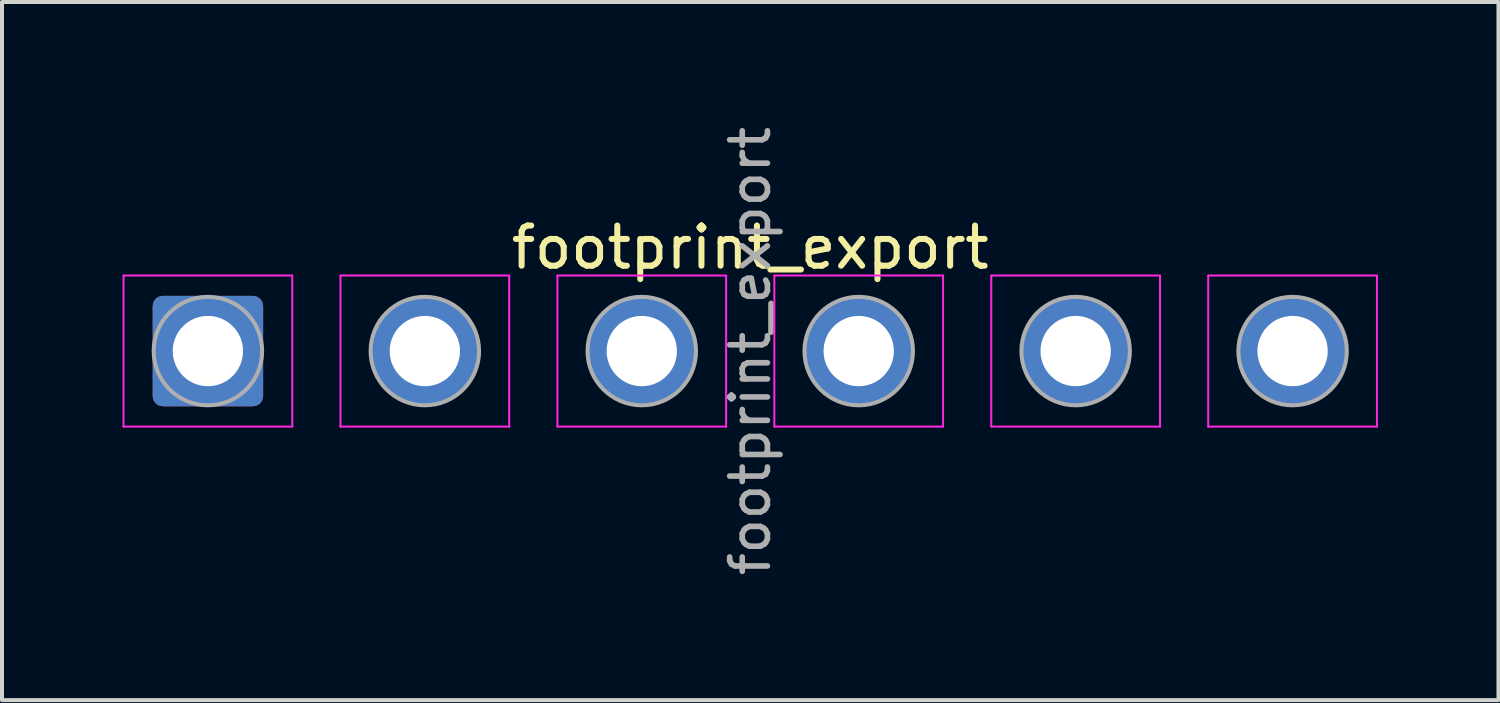
<source format=kicad_pcb>
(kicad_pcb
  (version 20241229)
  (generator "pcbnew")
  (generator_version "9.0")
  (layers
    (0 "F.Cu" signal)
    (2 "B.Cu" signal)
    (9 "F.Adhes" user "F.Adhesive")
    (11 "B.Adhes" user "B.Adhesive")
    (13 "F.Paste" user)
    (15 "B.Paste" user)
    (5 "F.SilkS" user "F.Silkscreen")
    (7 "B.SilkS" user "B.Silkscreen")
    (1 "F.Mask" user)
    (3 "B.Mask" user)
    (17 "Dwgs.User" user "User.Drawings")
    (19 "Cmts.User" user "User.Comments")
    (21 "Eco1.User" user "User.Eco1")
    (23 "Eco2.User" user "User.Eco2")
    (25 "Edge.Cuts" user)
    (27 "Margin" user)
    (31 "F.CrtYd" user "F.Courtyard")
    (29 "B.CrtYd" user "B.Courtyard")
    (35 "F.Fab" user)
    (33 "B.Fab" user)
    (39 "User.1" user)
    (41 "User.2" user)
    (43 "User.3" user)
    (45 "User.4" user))
  (footprint "footprint_export"
    (layer "F.Cu")
    (at 2.125 5.689)
    (property "Reference" "footprint_export" (at 13.5 -2.58 0) (layer "F.SilkS") (effects (font (size 1 1) (thickness 0.15))))
    (attr exclude_from_pos_files exclude_from_bom)
    (fp_line (start -2.1 -1.88) (end -2.1 1.88) (stroke (width 0.05) (type solid)) (layer "F.CrtYd"))
    (fp_line (start -2.1 1.88) (end 2.1 1.88) (stroke (width 0.05) (type solid)) (layer "F.CrtYd"))
    (fp_line (start 2.1 -1.88) (end -2.1 -1.88) (stroke (width 0.05) (type solid)) (layer "F.CrtYd"))
    (fp_line (start 2.1 1.88) (end 2.1 -1.88) (stroke (width 0.05) (type solid)) (layer "F.CrtYd"))
    (fp_line (start 3.3 -1.88) (end 3.3 1.88) (stroke (width 0.05) (type solid)) (layer "F.CrtYd"))
    (fp_line (start 3.3 1.88) (end 7.5 1.88) (stroke (width 0.05) (type solid)) (layer "F.CrtYd"))
    (fp_line (start 7.5 -1.88) (end 3.3 -1.88) (stroke (width 0.05) (type solid)) (layer "F.CrtYd"))
    (fp_line (start 7.5 1.88) (end 7.5 -1.88) (stroke (width 0.05) (type solid)) (layer "F.CrtYd"))
    (fp_line (start 8.7 -1.88) (end 8.7 1.88) (stroke (width 0.05) (type solid)) (layer "F.CrtYd"))
    (fp_line (start 8.7 1.88) (end 12.9 1.88) (stroke (width 0.05) (type solid)) (layer "F.CrtYd"))
    (fp_line (start 12.9 -1.88) (end 8.7 -1.88) (stroke (width 0.05) (type solid)) (layer "F.CrtYd"))
    (fp_line (start 12.9 1.88) (end 12.9 -1.88) (stroke (width 0.05) (type solid)) (layer "F.CrtYd"))
    (fp_line (start 14.1 -1.88) (end 14.1 1.88) (stroke (width 0.05) (type solid)) (layer "F.CrtYd"))
    (fp_line (start 14.1 1.88) (end 18.3 1.88) (stroke (width 0.05) (type solid)) (layer "F.CrtYd"))
    (fp_line (start 18.3 -1.88) (end 14.1 -1.88) (stroke (width 0.05) (type solid)) (layer "F.CrtYd"))
    (fp_line (start 18.3 1.88) (end 18.3 -1.88) (stroke (width 0.05) (type solid)) (layer "F.CrtYd"))
    (fp_line (start 19.5 -1.88) (end 19.5 1.88) (stroke (width 0.05) (type solid)) (layer "F.CrtYd"))
    (fp_line (start 19.5 1.88) (end 23.7 1.88) (stroke (width 0.05) (type solid)) (layer "F.CrtYd"))
    (fp_line (start 23.7 -1.88) (end 19.5 -1.88) (stroke (width 0.05) (type solid)) (layer "F.CrtYd"))
    (fp_line (start 23.7 1.88) (end 23.7 -1.88) (stroke (width 0.05) (type solid)) (layer "F.CrtYd"))
    (fp_line (start 24.9 -1.88) (end 24.9 1.88) (stroke (width 0.05) (type solid)) (layer "F.CrtYd"))
    (fp_line (start 24.9 1.88) (end 29.1 1.88) (stroke (width 0.05) (type solid)) (layer "F.CrtYd"))
    (fp_line (start 29.1 -1.88) (end 24.9 -1.88) (stroke (width 0.05) (type solid)) (layer "F.CrtYd"))
    (fp_line (start 29.1 1.88) (end 29.1 -1.88) (stroke (width 0.05) (type solid)) (layer "F.CrtYd"))
    (fp_circle (center 0 0) (end 1.35 0) (stroke (width 0.1) (type solid)) (fill no) (layer "F.Fab"))
    (fp_circle (center 5.4 0) (end 6.75 0) (stroke (width 0.1) (type solid)) (fill no) (layer "F.Fab"))
    (fp_circle (center 10.8 0) (end 12.15 0) (stroke (width 0.1) (type solid)) (fill no) (layer "F.Fab"))
    (fp_circle (center 16.2 0) (end 17.55 0) (stroke (width 0.1) (type solid)) (fill no) (layer "F.Fab"))
    (fp_circle (center 21.6 0) (end 22.95 0) (stroke (width 0.1) (type solid)) (fill no) (layer "F.Fab"))
    (fp_circle (center 27 0) (end 28.35 0) (stroke (width 0.1) (type solid)) (fill no) (layer "F.Fab"))
    (fp_text user "${REFERENCE}" (at 13.5 0 90) (layer "F.Fab") (effects (font (size 0.94 0.94) (thickness 0.14))))
    (pad "1" thru_hole roundrect (at 0 0) (size 2.75 2.75) (drill 1.75) (layers "*.Cu" "*.Mask") (roundrect_rratio 0.091))
    (pad "2" thru_hole circle (at 5.4 0) (size 2.75 2.75) (drill 1.75) (layers "*.Cu" "*.Mask"))
    (pad "3" thru_hole circle (at 10.8 0) (size 2.75 2.75) (drill 1.75) (layers "*.Cu" "*.Mask"))
    (pad "4" thru_hole circle (at 16.2 0) (size 2.75 2.75) (drill 1.75) (layers "*.Cu" "*.Mask"))
    (pad "5" thru_hole circle (at 21.6 0) (size 2.75 2.75) (drill 1.75) (layers "*.Cu" "*.Mask"))
    (pad "6" thru_hole circle (at 27 0) (size 2.75 2.75) (drill 1.75) (layers "*.Cu" "*.Mask")))
  (gr_rect
    (start -3 -3)
    (end 34.25 14.378)
    (stroke (width 0.1) (type default))
    (fill no)
    (layer "Edge.Cuts")))
</source>
